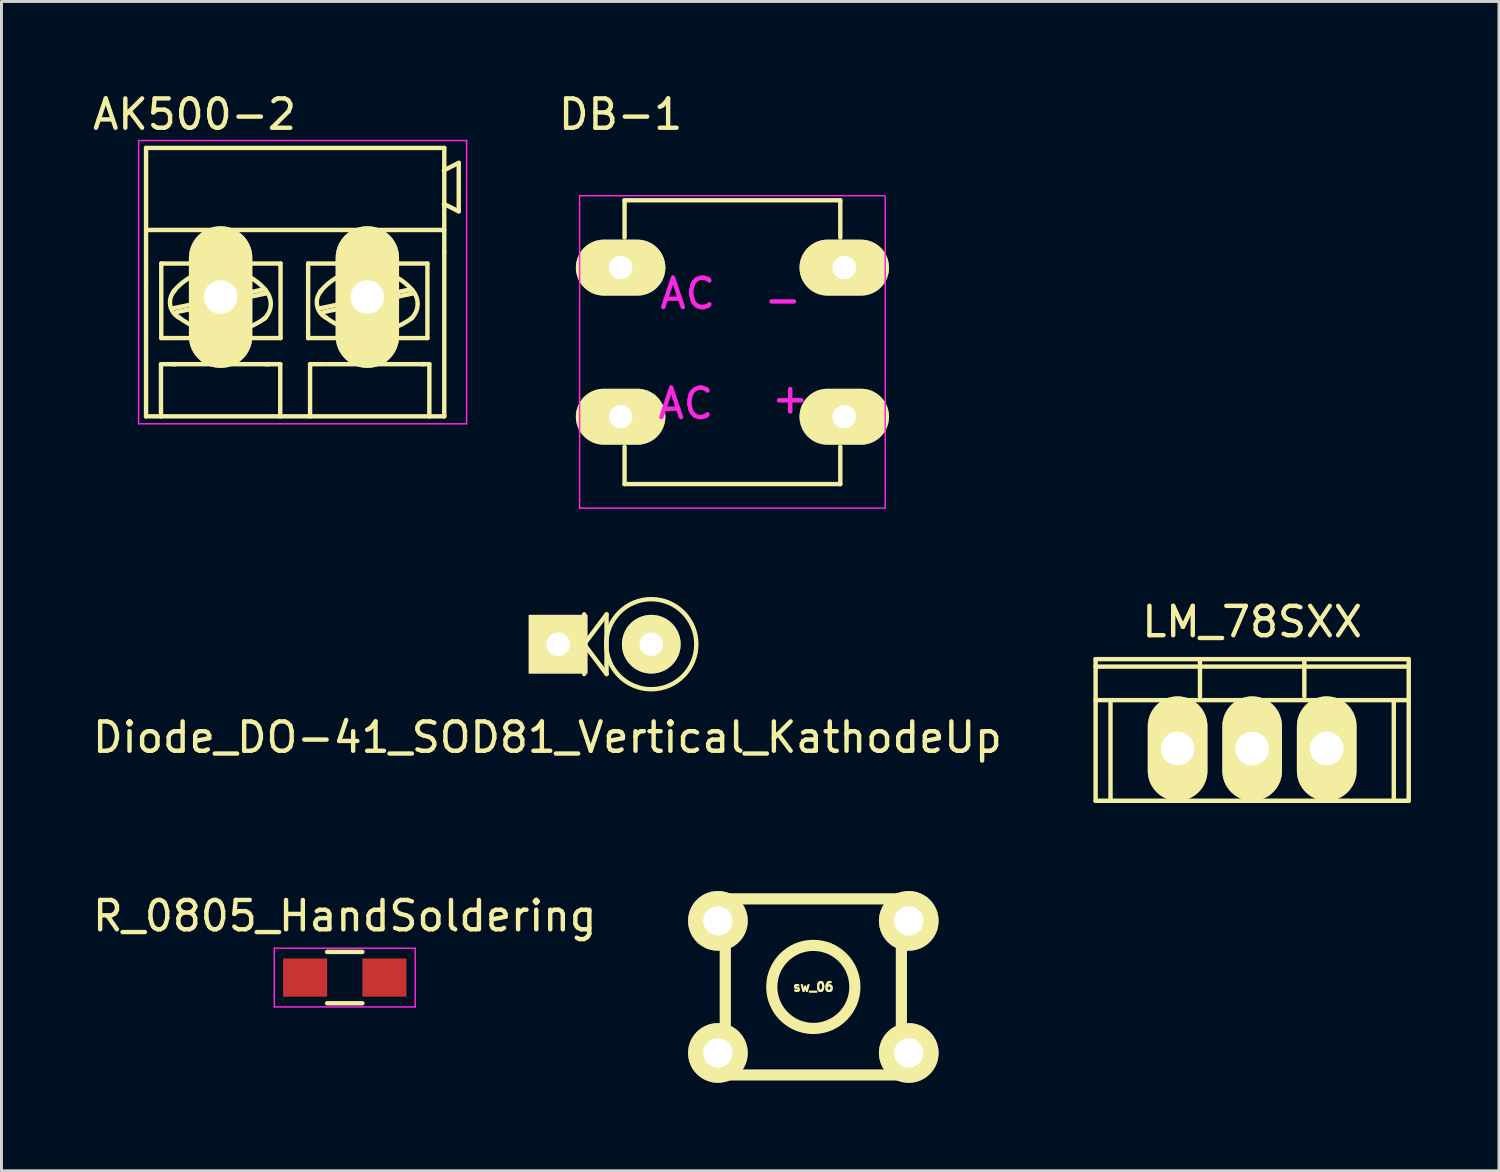
<source format=kicad_pcb>
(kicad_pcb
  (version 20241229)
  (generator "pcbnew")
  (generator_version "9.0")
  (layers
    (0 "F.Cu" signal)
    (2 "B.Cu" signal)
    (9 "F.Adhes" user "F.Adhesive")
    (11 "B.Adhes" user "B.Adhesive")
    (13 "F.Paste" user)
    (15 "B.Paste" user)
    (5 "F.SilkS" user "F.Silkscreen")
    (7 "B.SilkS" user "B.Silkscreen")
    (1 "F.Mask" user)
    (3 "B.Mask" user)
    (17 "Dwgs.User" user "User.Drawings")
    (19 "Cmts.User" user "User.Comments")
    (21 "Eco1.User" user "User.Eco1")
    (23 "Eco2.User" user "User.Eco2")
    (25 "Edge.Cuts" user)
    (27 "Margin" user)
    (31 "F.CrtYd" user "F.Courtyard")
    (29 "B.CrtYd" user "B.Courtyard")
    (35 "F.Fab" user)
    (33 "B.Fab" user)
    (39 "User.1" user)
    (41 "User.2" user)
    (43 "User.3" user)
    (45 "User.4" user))
  (footprint "R_0805_HandSoldering"
    (layer "F.Cu")
    (at 8.696 30.256)
    (property "Reference" "R_0805_HandSoldering" (at 0 -2.1 0) (layer "F.SilkS") (effects (font (size 1 1) (thickness 0.15))))
    (attr smd)
    (fp_line (start -0.6 -0.875) (end 0.6 -0.875) (stroke (width 0.15) (type solid)) (layer "F.SilkS"))
    (fp_line (start 0.6 0.875) (end -0.6 0.875) (stroke (width 0.15) (type solid)) (layer "F.SilkS"))
    (fp_line (start -2.4 -1) (end -2.4 1) (stroke (width 0.05) (type solid)) (layer "F.CrtYd"))
    (fp_line (start -2.4 -1) (end 2.4 -1) (stroke (width 0.05) (type solid)) (layer "F.CrtYd"))
    (fp_line (start -2.4 1) (end 2.4 1) (stroke (width 0.05) (type solid)) (layer "F.CrtYd"))
    (fp_line (start 2.4 -1) (end 2.4 1) (stroke (width 0.05) (type solid)) (layer "F.CrtYd"))
    (pad "1" smd rect (at -1.35 0) (size 1.5 1.3) (layers "F.Cu" "F.Mask" "F.Paste"))
    (pad "2" smd rect (at 1.35 0) (size 1.5 1.3) (layers "F.Cu" "F.Mask" "F.Paste")))
  (footprint "Diode_DO-41_SOD81_Vertical_KathodeUp"
    (layer "F.Cu")
    (at 15.329 18.898)
    (property "Reference" "Diode_DO-41_SOD81_Vertical_KathodeUp" (at 0.272 3.175 0) (layer "F.SilkS") (effects (font (size 1 1) (thickness 0.15))))
    (attr through_hole)
    (fp_line (start 1.524 -1.016) (end 1.524 1.016) (stroke (width 0.15) (type solid)) (layer "F.SilkS"))
    (fp_line (start 1.524 0) (end 2.286 1.016) (stroke (width 0.15) (type solid)) (layer "F.SilkS"))
    (fp_line (start 2.286 -1.016) (end 1.524 0) (stroke (width 0.15) (type solid)) (layer "F.SilkS"))
    (fp_line (start 2.286 -1.016) (end 2.286 1.016) (stroke (width 0.15) (type solid)) (layer "F.SilkS"))
    (fp_circle (center 3.81 0) (end 2.413 0.635) (stroke (width 0.15) (type solid)) (fill no) (layer "F.SilkS"))
    (pad "1" thru_hole rect (at 0.635 0 180) (size 1.999 1.999) (drill 0.8) (layers "*.Cu" "*.Mask" "F.SilkS"))
    (pad "2" thru_hole circle (at 3.81 0 180) (size 1.999 1.999) (drill 0.8) (layers "*.Cu" "*.Mask" "F.SilkS")))
  (footprint "sw_06"
    (layer "F.Cu")
    (at 24.66 30.574)
    (property "Reference" "sw_06" (at 0 0 0) (layer "F.SilkS") (effects (font (size 0.3 0.3) (thickness 0.076))))
    (attr through_hole)
    (fp_line (start -3 -3) (end -3 3) (stroke (width 0.381) (type solid)) (layer "F.SilkS"))
    (fp_line (start -3 3) (end 3 3) (stroke (width 0.381) (type solid)) (layer "F.SilkS"))
    (fp_line (start 3 -3) (end -3 -3) (stroke (width 0.381) (type solid)) (layer "F.SilkS"))
    (fp_line (start 3 3) (end 3 -3) (stroke (width 0.381) (type solid)) (layer "F.SilkS"))
    (fp_circle (center 0 0) (end 1.001 1.001) (stroke (width 0.381) (type solid)) (fill no) (layer "F.SilkS"))
    (pad "1" thru_hole circle (at -3.251 -2.25) (size 2.032 2.032) (drill 1) (layers "*.Cu" "*.Mask" "F.SilkS"))
    (pad "1" thru_hole circle (at 3.251 -2.25) (size 2.032 2.032) (drill 1) (layers "*.Cu" "*.Mask" "F.SilkS"))
    (pad "2" thru_hole circle (at -3.251 2.25) (size 2.032 2.032) (drill 1) (layers "*.Cu" "*.Mask" "F.SilkS"))
    (pad "2" thru_hole circle (at 3.251 2.25) (size 2.032 2.032) (drill 1) (layers "*.Cu" "*.Mask" "F.SilkS")))
  (footprint "LM_78SXX"
    (layer "F.Cu")
    (at 39.611 22.454)
    (property "Reference" "LM_78SXX" (at 0 -4.318 0) (layer "F.SilkS") (effects (font (size 1 1) (thickness 0.15))))
    (attr through_hole)
    (fp_line (start -5.334 -3.048) (end -5.334 1.778) (stroke (width 0.15) (type solid)) (layer "F.SilkS"))
    (fp_line (start -5.334 -1.651) (end 5.334 -1.651) (stroke (width 0.15) (type solid)) (layer "F.SilkS"))
    (fp_line (start -4.826 -1.651) (end -4.826 1.778) (stroke (width 0.15) (type solid)) (layer "F.SilkS"))
    (fp_line (start -1.778 -1.778) (end -1.778 -3.048) (stroke (width 0.15) (type solid)) (layer "F.SilkS"))
    (fp_line (start 1.778 -1.778) (end 1.778 -3.048) (stroke (width 0.15) (type solid)) (layer "F.SilkS"))
    (fp_line (start 4.826 -1.651) (end 4.826 1.778) (stroke (width 0.15) (type solid)) (layer "F.SilkS"))
    (fp_line (start 5.334 -3.048) (end -5.334 -3.048) (stroke (width 0.15) (type solid)) (layer "F.SilkS"))
    (fp_line (start 5.334 -3.048) (end 5.334 1.778) (stroke (width 0.15) (type solid)) (layer "F.SilkS"))
    (fp_line (start 5.334 -2.794) (end -5.334 -2.794) (stroke (width 0.15) (type solid)) (layer "F.SilkS"))
    (fp_line (start 5.334 1.778) (end -5.334 1.778) (stroke (width 0.15) (type solid)) (layer "F.SilkS"))
    (pad "1" thru_hole oval (at 2.54 0) (size 2.032 3.556) (drill 1.143) (layers "*.Cu" "*.Mask" "F.SilkS"))
    (pad "2" thru_hole oval (at 0 0) (size 2.032 3.556) (drill 1.143) (layers "*.Cu" "*.Mask" "F.SilkS"))
    (pad "3" thru_hole oval (at -2.54 0) (size 2.032 3.556) (drill 1.143) (layers "*.Cu" "*.Mask" "F.SilkS")))
  (footprint "DB-1"
    (layer "F.Cu")
    (at 18.094 6.068)
    (property "Reference" "DB-1" (at 0 -5.22 0) (layer "F.SilkS") (effects (font (size 1 1) (thickness 0.15))))
    (attr through_hole)
    (fp_line (start 0.135 -2.295) (end 0.135 -1.025) (stroke (width 0.15) (type solid)) (layer "F.SilkS"))
    (fp_line (start 0.135 -2.295) (end 7.485 -2.295) (stroke (width 0.15) (type solid)) (layer "F.SilkS"))
    (fp_line (start 0.135 7.375) (end 0.135 6.105) (stroke (width 0.15) (type solid)) (layer "F.SilkS"))
    (fp_line (start 0.135 7.375) (end 7.485 7.375) (stroke (width 0.15) (type solid)) (layer "F.SilkS"))
    (fp_line (start 7.485 -2.295) (end 7.485 -1.025) (stroke (width 0.15) (type solid)) (layer "F.SilkS"))
    (fp_line (start 7.485 7.375) (end 7.485 6.105) (stroke (width 0.15) (type solid)) (layer "F.SilkS"))
    (fp_line (start -1.4 -2.45) (end 9 -2.45) (stroke (width 0.05) (type solid)) (layer "F.CrtYd"))
    (fp_line (start -1.4 8.195) (end 9 8.195) (stroke (width 0.05) (type solid)) (layer "F.CrtYd"))
    (fp_line (start -1.397 -2.413) (end -1.397 8.191) (stroke (width 0.05) (type solid)) (layer "F.CrtYd"))
    (fp_line (start 9.017 -2.413) (end 9.017 8.191) (stroke (width 0.05) (type solid)) (layer "F.CrtYd"))
    (fp_text user "+" (at 5.779 4.445 0) (layer "F.CrtYd") (effects (font (size 1 1) (thickness 0.15))))
    (fp_text user "AC" (at 2.223 4.636 0) (layer "F.CrtYd") (effects (font (size 1 1) (thickness 0.15))))
    (fp_text user "-" (at 5.524 1.079 0) (layer "F.CrtYd") (effects (font (size 1 1) (thickness 0.15))))
    (fp_text user "AC" (at 2.286 0.889 0) (layer "F.CrtYd") (effects (font (size 1 1) (thickness 0.15))))
    (pad "1" thru_hole oval (at 0 0) (size 3.048 1.905) (drill 0.8) (layers "*.Cu" "*.Mask" "F.SilkS"))
    (pad "2" thru_hole oval (at 0 5.08) (size 3.048 1.905) (drill 0.8) (layers "*.Cu" "*.Mask" "F.SilkS"))
    (pad "3" thru_hole oval (at 7.62 5.08) (size 3.048 1.905) (drill 0.8) (layers "*.Cu" "*.Mask" "F.SilkS"))
    (pad "4" thru_hole oval (at 7.62 0) (size 3.048 1.905) (drill 0.8) (layers "*.Cu" "*.Mask" "F.SilkS")))
  (footprint "AK500-2"
    (layer "F.Cu")
    (at 4.466 7.071)
    (property "Reference" "AK500-2" (at -0.889 -6.223 0) (layer "F.SilkS") (effects (font (size 1 1) (thickness 0.15))))
    (attr exclude_from_pos_files exclude_from_bom)
    (fp_line (start -2.54 -5.08) (end 7.62 -5.08) (stroke (width 0.15) (type solid)) (layer "F.SilkS"))
    (fp_line (start -2.54 -0.508) (end -2.54 -5.08) (stroke (width 0.15) (type solid)) (layer "F.SilkS"))
    (fp_line (start -2.54 -0.508) (end -2.54 4.064) (stroke (width 0.15) (type solid)) (layer "F.SilkS"))
    (fp_line (start -2.54 4.064) (end 7.62 4.064) (stroke (width 0.15) (type solid)) (layer "F.SilkS"))
    (fp_line (start -2.032 2.286) (end -2.032 4.064) (stroke (width 0.15) (type solid)) (layer "F.SilkS"))
    (fp_line (start -2.022 1.397) (end -2.022 -1.143) (stroke (width 0.15) (type solid)) (layer "F.SilkS"))
    (fp_line (start -1.615 0.381) (end 1.435 -0.254) (stroke (width 0.15) (type solid)) (layer "F.SilkS"))
    (fp_line (start -1.524 2.286) (end -2.032 2.286) (stroke (width 0.15) (type solid)) (layer "F.SilkS"))
    (fp_line (start -1.488 0.508) (end 1.56 -0.127) (stroke (width 0.15) (type solid)) (layer "F.SilkS"))
    (fp_line (start 1.524 2.286) (end 2.032 2.286) (stroke (width 0.15) (type solid)) (layer "F.SilkS"))
    (fp_line (start 1.661 2.286) (end -1.641 2.286) (stroke (width 0.15) (type solid)) (layer "F.SilkS"))
    (fp_line (start 2.032 2.286) (end 2.032 4.064) (stroke (width 0.15) (type solid)) (layer "F.SilkS"))
    (fp_line (start 2.042 -1.143) (end -2.022 -1.143) (stroke (width 0.15) (type solid)) (layer "F.SilkS"))
    (fp_line (start 2.042 1.397) (end -2.022 1.397) (stroke (width 0.15) (type solid)) (layer "F.SilkS"))
    (fp_line (start 2.042 1.397) (end 2.042 -1.143) (stroke (width 0.15) (type solid)) (layer "F.SilkS"))
    (fp_line (start 2.982 -1.143) (end 7.046 -1.143) (stroke (width 0.15) (type solid)) (layer "F.SilkS"))
    (fp_line (start 2.982 1.397) (end 2.982 -1.143) (stroke (width 0.15) (type solid)) (layer "F.SilkS"))
    (fp_line (start 3.048 2.286) (end 3.048 4.064) (stroke (width 0.15) (type solid)) (layer "F.SilkS"))
    (fp_line (start 3.389 0.381) (end 6.437 -0.254) (stroke (width 0.15) (type solid)) (layer "F.SilkS"))
    (fp_line (start 3.516 0.508) (end 6.564 -0.127) (stroke (width 0.15) (type solid)) (layer "F.SilkS"))
    (fp_line (start 3.556 2.286) (end 3.048 2.286) (stroke (width 0.15) (type solid)) (layer "F.SilkS"))
    (fp_line (start 3.617 2.286) (end 6.919 2.286) (stroke (width 0.15) (type solid)) (layer "F.SilkS"))
    (fp_line (start 6.858 2.286) (end 7.112 2.286) (stroke (width 0.15) (type solid)) (layer "F.SilkS"))
    (fp_line (start 7.046 -1.143) (end 7.046 1.397) (stroke (width 0.15) (type solid)) (layer "F.SilkS"))
    (fp_line (start 7.046 1.397) (end 2.982 1.397) (stroke (width 0.15) (type solid)) (layer "F.SilkS"))
    (fp_line (start 7.112 2.286) (end 7.112 4.064) (stroke (width 0.15) (type solid)) (layer "F.SilkS"))
    (fp_line (start 7.62 -5.08) (end 7.62 -1.524) (stroke (width 0.15) (type solid)) (layer "F.SilkS"))
    (fp_line (start 7.62 -2.286) (end -2.54 -2.286) (stroke (width 0.15) (type solid)) (layer "F.SilkS"))
    (fp_line (start 7.62 -1.524) (end 7.62 4.064) (stroke (width 0.15) (type solid)) (layer "F.SilkS"))
    (fp_line (start 8.113 -4.572) (end 7.605 -4.318) (stroke (width 0.15) (type solid)) (layer "F.SilkS"))
    (fp_line (start 8.113 -4.572) (end 8.113 -2.921) (stroke (width 0.15) (type solid)) (layer "F.SilkS"))
    (fp_line (start 8.113 -2.921) (end 7.605 -3.175) (stroke (width 0.15) (type solid)) (layer "F.SilkS"))
    (fp_arc (start -1.6152 -0.1778) (mid -0.050347 -0.942837) (end 1.541573 -0.235847) (stroke (width 0.15) (type solid)) (layer "F.SilkS"))
    (fp_arc (start -1.41962 0.6985) (mid -1.717784 0.272155) (end -1.56452 -0.225019) (stroke (width 0.15) (type solid)) (layer "F.SilkS"))
    (fp_arc (start 1.52678 0.70866) (mid 0.024731 1.195521) (end -1.460988 0.660896) (stroke (width 0.15) (type solid)) (layer "F.SilkS"))
    (fp_arc (start 1.5344 -0.22606) (mid 1.708736 0.270038) (end 1.47915 0.74311) (stroke (width 0.15) (type solid)) (layer "F.SilkS"))
    (fp_arc (start 3.3886 -0.1778) (mid 4.951638 -0.938946) (end 6.539411 -0.230844) (stroke (width 0.15) (type solid)) (layer "F.SilkS"))
    (fp_arc (start 3.58164 0.6985) (mid 3.284456 0.270151) (end 3.439903 -0.227481) (stroke (width 0.15) (type solid)) (layer "F.SilkS"))
    (fp_arc (start 6.52804 0.70866) (mid 5.025991 1.195521) (end 3.540272 0.660896) (stroke (width 0.15) (type solid)) (layer "F.SilkS"))
    (fp_arc (start 6.53566 -0.22606) (mid 6.710748 0.268235) (end 6.482972 0.740571) (stroke (width 0.15) (type solid)) (layer "F.SilkS"))
    (fp_line (start -2.794 -5.334) (end 8.382 -5.334) (stroke (width 0.05) (type solid)) (layer "F.CrtYd"))
    (fp_line (start -2.794 4.318) (end -2.794 -5.334) (stroke (width 0.05) (type solid)) (layer "F.CrtYd"))
    (fp_line (start -2.794 4.318) (end 8.382 4.318) (stroke (width 0.05) (type solid)) (layer "F.CrtYd"))
    (fp_line (start 8.382 -5.334) (end 8.382 4.318) (stroke (width 0.05) (type solid)) (layer "F.CrtYd"))
    (pad "1" thru_hole oval (at 0 0) (size 2.159 4.826) (drill 1.143) (layers "*.Cu" "F.Mask" "F.SilkS" "F.Paste"))
    (pad "2" thru_hole oval (at 5 0) (size 2.159 4.826) (drill 1.143) (layers "*.Cu" "F.Mask" "F.SilkS" "F.Paste")))
  (gr_rect
    (start -3 -3)
    (end 48.02 36.84)
    (stroke (width 0.1) (type default))
    (fill no)
    (layer "Edge.Cuts")))
</source>
